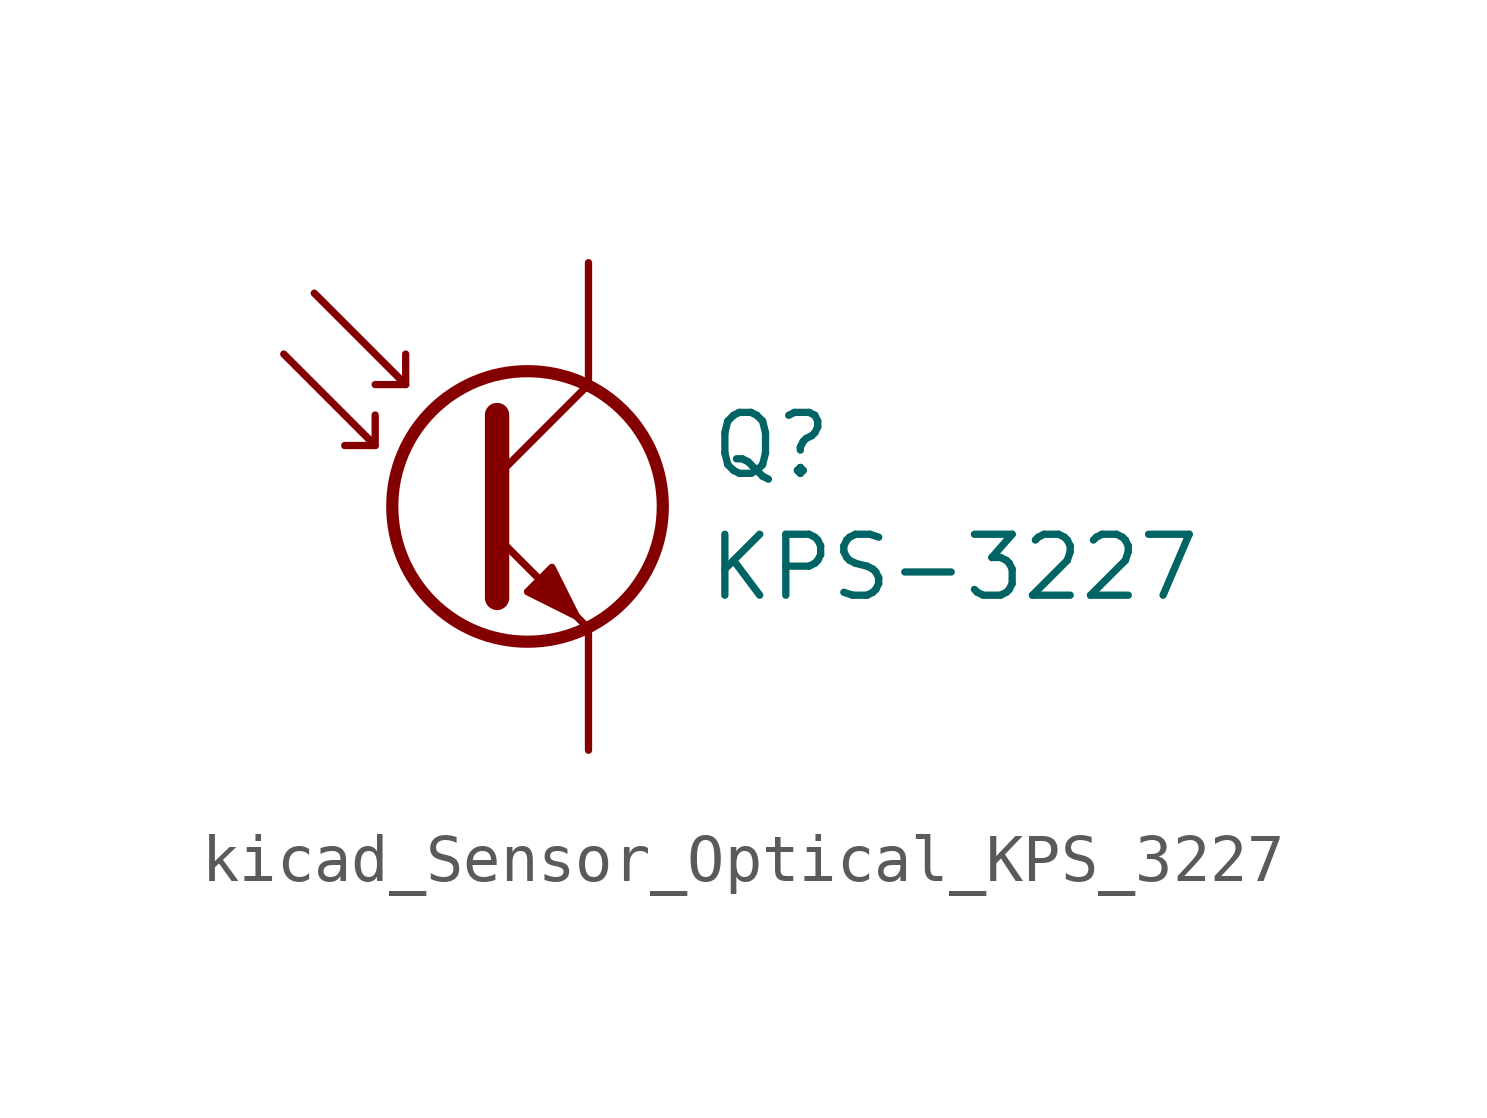
<source format=kicad_sym>
(kicad_symbol_lib
  (version 20220914)
  (generator kicad_symbol_editor)
  (symbol "kicad_Sensor_Optical_KPS_3227"
    (pin_numbers hide)
    (property "Reference" "Q"
      (at 3.81 1.27 0)
      (effects (font (size 1.27 1.27))))
    (property "Value" "KPS-3227"
      (at 7.62 -1.27 0)
      (effects (font (size 1.27 1.27))))
    (symbol "kicad_Sensor_Optical_KPS_3227_1_1"
      (circle (center -1.27 0) (radius 2.819) (stroke (width 0.254) (type default)) (fill (type none)))
      (polyline (pts (xy -4.445 1.27) (xy -5.08 1.27)) (stroke (width 0) (type default)) (fill (type none)))
      (polyline (pts (xy -3.81 2.54) (xy -4.445 2.54)) (stroke (width 0) (type default)) (fill (type none)))
      (polyline (pts (xy -1.905 0.635) (xy 0 2.54)) (stroke (width 0) (type default)) (fill (type none)))
      (polyline (pts (xy -6.35 3.175) (xy -4.445 1.27) (xy -4.445 1.905)) (stroke (width 0) (type default)) (fill (type none)))
      (polyline (pts (xy -5.715 4.445) (xy -3.81 2.54) (xy -3.81 3.175)) (stroke (width 0) (type default)) (fill (type none)))
      (polyline (pts (xy -1.905 -0.635) (xy 0 -2.54) (xy 0 -2.54)) (stroke (width 0) (type default)) (fill (type none)))
      (polyline (pts (xy -1.905 1.905) (xy -1.905 -1.905) (xy -1.905 -1.905)) (stroke (width 0.508) (type default)) (fill (type none)))
      (polyline (pts (xy -1.27 -1.778) (xy -0.762 -1.27) (xy -0.254 -2.286) (xy -1.27 -1.778) (xy -1.27 -1.778)) (stroke (width 0) (type default)) (fill (type outline)))
      (pin passive line (at 0 5.08 270) (length 2.54) (name "~" (effects (font (size 1.27 1.27)))) (number "1" (effects (font (size 1.27 1.27)))))
      (pin passive line (at 0 -5.08 90) (length 2.54) (name "~" (effects (font (size 1.27 1.27)))) (number "2" (effects (font (size 1.27 1.27)))))
      (pin passive line (at 0 5.08 270) (length 2.54) hide (name "~" (effects (font (size 1.27 1.27)))) (number "3" (effects (font (size 1.27 1.27)))))
      (pin passive line (at 0 -5.08 90) (length 2.54) hide (name "~" (effects (font (size 1.27 1.27)))) (number "4" (effects (font (size 1.27 1.27))))))))
</source>
